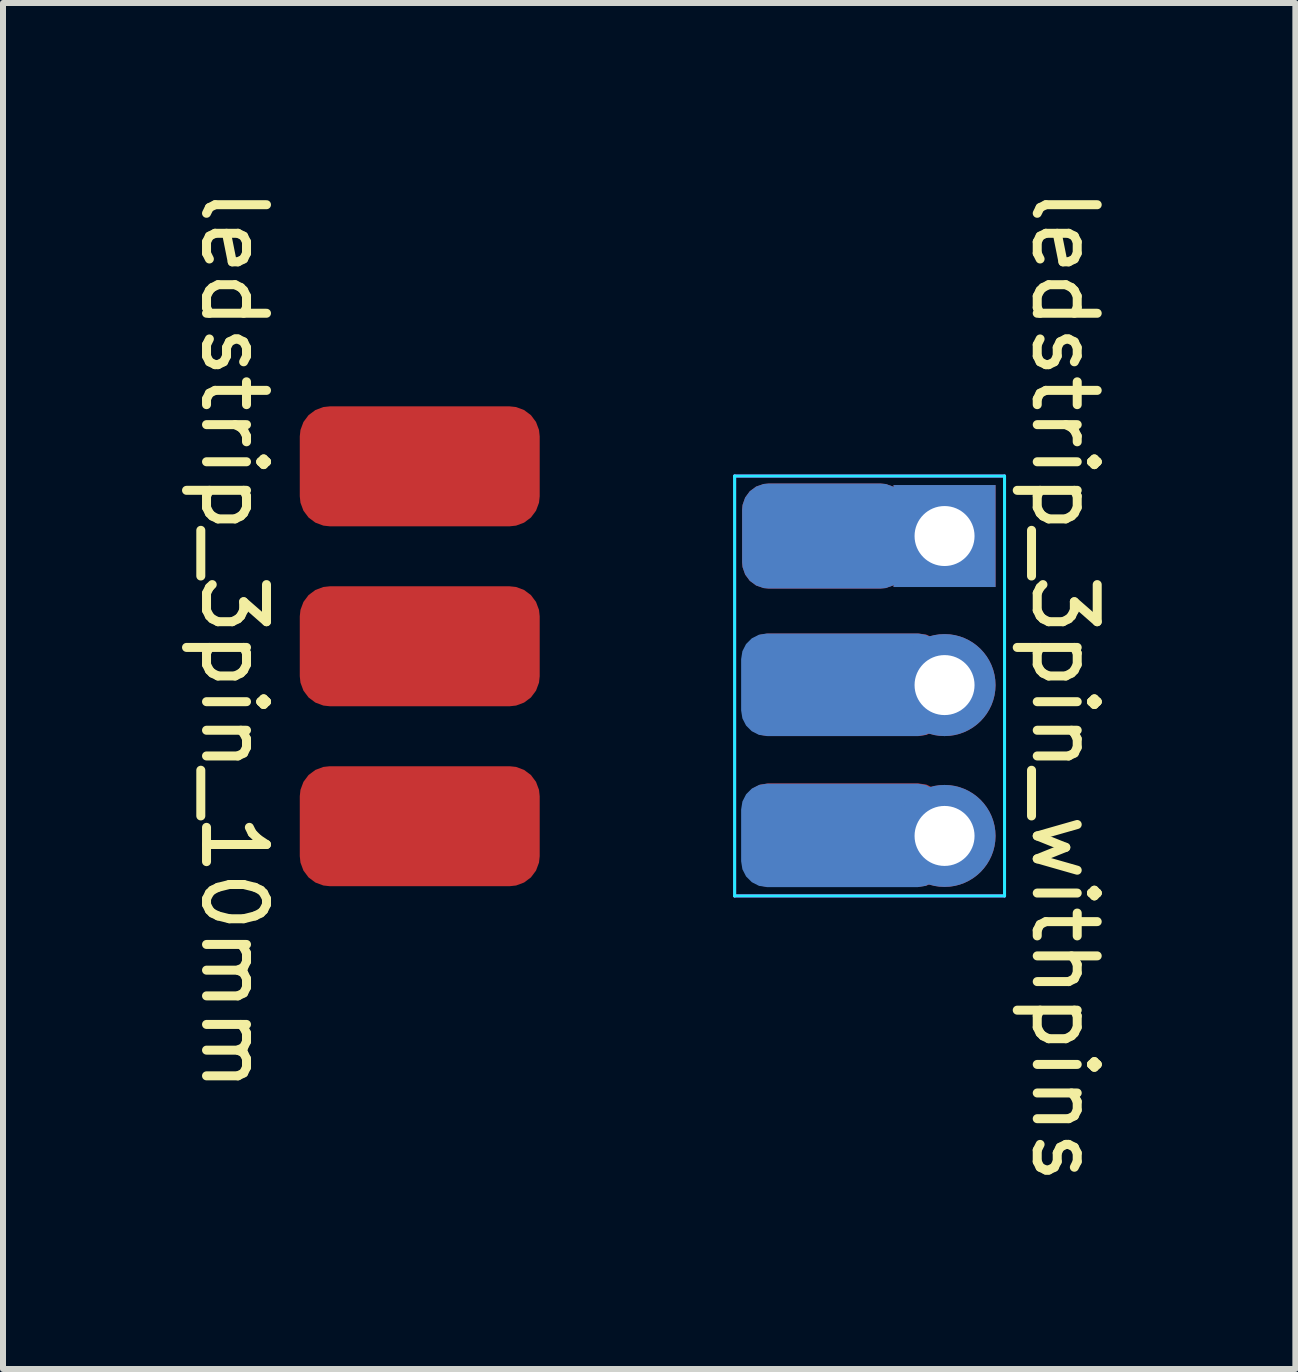
<source format=kicad_pcb>
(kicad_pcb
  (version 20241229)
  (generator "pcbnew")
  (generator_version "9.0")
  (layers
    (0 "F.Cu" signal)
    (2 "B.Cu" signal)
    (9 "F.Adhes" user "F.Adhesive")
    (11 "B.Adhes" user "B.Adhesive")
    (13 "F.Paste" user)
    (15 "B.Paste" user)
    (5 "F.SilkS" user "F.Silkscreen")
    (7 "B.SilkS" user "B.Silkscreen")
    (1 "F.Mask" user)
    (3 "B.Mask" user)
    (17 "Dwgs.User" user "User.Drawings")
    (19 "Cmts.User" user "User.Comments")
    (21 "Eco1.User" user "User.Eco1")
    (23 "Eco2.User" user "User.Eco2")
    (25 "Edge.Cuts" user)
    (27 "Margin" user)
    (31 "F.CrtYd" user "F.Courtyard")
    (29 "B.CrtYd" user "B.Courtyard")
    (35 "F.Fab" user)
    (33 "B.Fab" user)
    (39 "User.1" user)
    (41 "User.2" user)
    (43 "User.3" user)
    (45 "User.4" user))
  (footprint "ledstrip_3pin_10mm"
    (layer "F.Cu")
    (at 3.948 2.725)
    (property "Reference" "ledstrip_3pin_10mm" (at -3.1 4.9 270) (unlocked yes) (layer "F.SilkS") (effects (font (size 1 1) (thickness 0.15))))
    (attr smd)
    (pad "1" smd roundrect (at 0 2) (size 4 2) (layers "F.Cu" "F.Mask" "F.Paste") (roundrect_rratio 0.25))
    (pad "2" smd roundrect (at 0 5) (size 4 2) (layers "F.Cu" "F.Mask" "F.Paste") (roundrect_rratio 0.25))
    (pad "3" smd roundrect (at 0 8) (size 4 2) (layers "F.Cu" "F.Mask" "F.Paste") (roundrect_rratio 0.25)))
  (footprint "ledstrip_3pin_withpins"
    (layer "F.Cu")
    (at 9.198 8.387)
    (property "Reference" "ledstrip_3pin_withpins" (at 5.5 0 270) (unlocked yes) (layer "F.SilkS") (effects (font (size 1 1) (thickness 0.15))))
    (attr smd)
    (fp_line (start 0 -3.5) (end 0 3.5) (stroke (width 0.05) (type solid)) (layer "B.CrtYd"))
    (fp_line (start 4.5 -3.5) (end 0 -3.5) (stroke (width 0.05) (type solid)) (layer "B.CrtYd"))
    (fp_line (start 4.5 -3.5) (end 4.5 3.5) (stroke (width 0.05) (type solid)) (layer "B.CrtYd"))
    (fp_line (start 4.5 3.5) (end 0 3.5) (stroke (width 0.05) (type solid)) (layer "B.CrtYd"))
    (fp_line (start 0 3.5) (end 0 -3.5) (stroke (width 0.05) (type solid)) (layer "F.CrtYd"))
    (fp_line (start 4.5 -3.5) (end 0 -3.5) (stroke (width 0.05) (type solid)) (layer "F.CrtYd"))
    (fp_line (start 4.5 3.5) (end 0 3.5) (stroke (width 0.05) (type solid)) (layer "F.CrtYd"))
    (fp_line (start 4.5 3.5) (end 4.5 -3.5) (stroke (width 0.05) (type solid)) (layer "F.CrtYd"))
    (pad "1" connect roundrect (at 1.5 -2.5) (size 2.75 1.75) (layers "F.Cu" "F.Mask") (roundrect_rratio 0.25))
    (pad "1" connect roundrect (at 1.5 -2.5) (size 2.75 1.75) (layers "B.Cu" "B.Mask") (roundrect_rratio 0.25))
    (pad "1" thru_hole rect (at 3.5 -2.5 180) (size 1.7 1.7) (drill 1) (layers "*.Cu" "*.Mask"))
    (pad "2" connect roundrect (at 1.796 -0.02) (size 3.375 1.71) (layers "B.Cu" "B.Mask") (roundrect_rratio 0.25))
    (pad "2" connect roundrect (at 1.812 -0.02) (size 3.375 1.71) (layers "F.Cu" "F.Mask") (roundrect_rratio 0.25))
    (pad "2" thru_hole oval (at 3.5 -0.015 180) (size 1.7 1.7) (drill 1) (layers "*.Cu" "*.Mask"))
    (pad "3" connect roundrect (at 1.796 2.491) (size 3.375 1.725) (layers "B.Cu" "B.Mask") (roundrect_rratio 0.25))
    (pad "3" connect roundrect (at 1.812 2.487) (size 3.375 1.725) (layers "F.Cu" "F.Mask") (roundrect_rratio 0.25))
    (pad "3" thru_hole oval (at 3.5 2.5 180) (size 1.7 1.7) (drill 1) (layers "*.Cu" "*.Mask")))
  (gr_rect
    (start -3 -3)
    (end 18.547 19.774)
    (stroke (width 0.1) (type default))
    (fill no)
    (layer "Edge.Cuts")))
</source>
